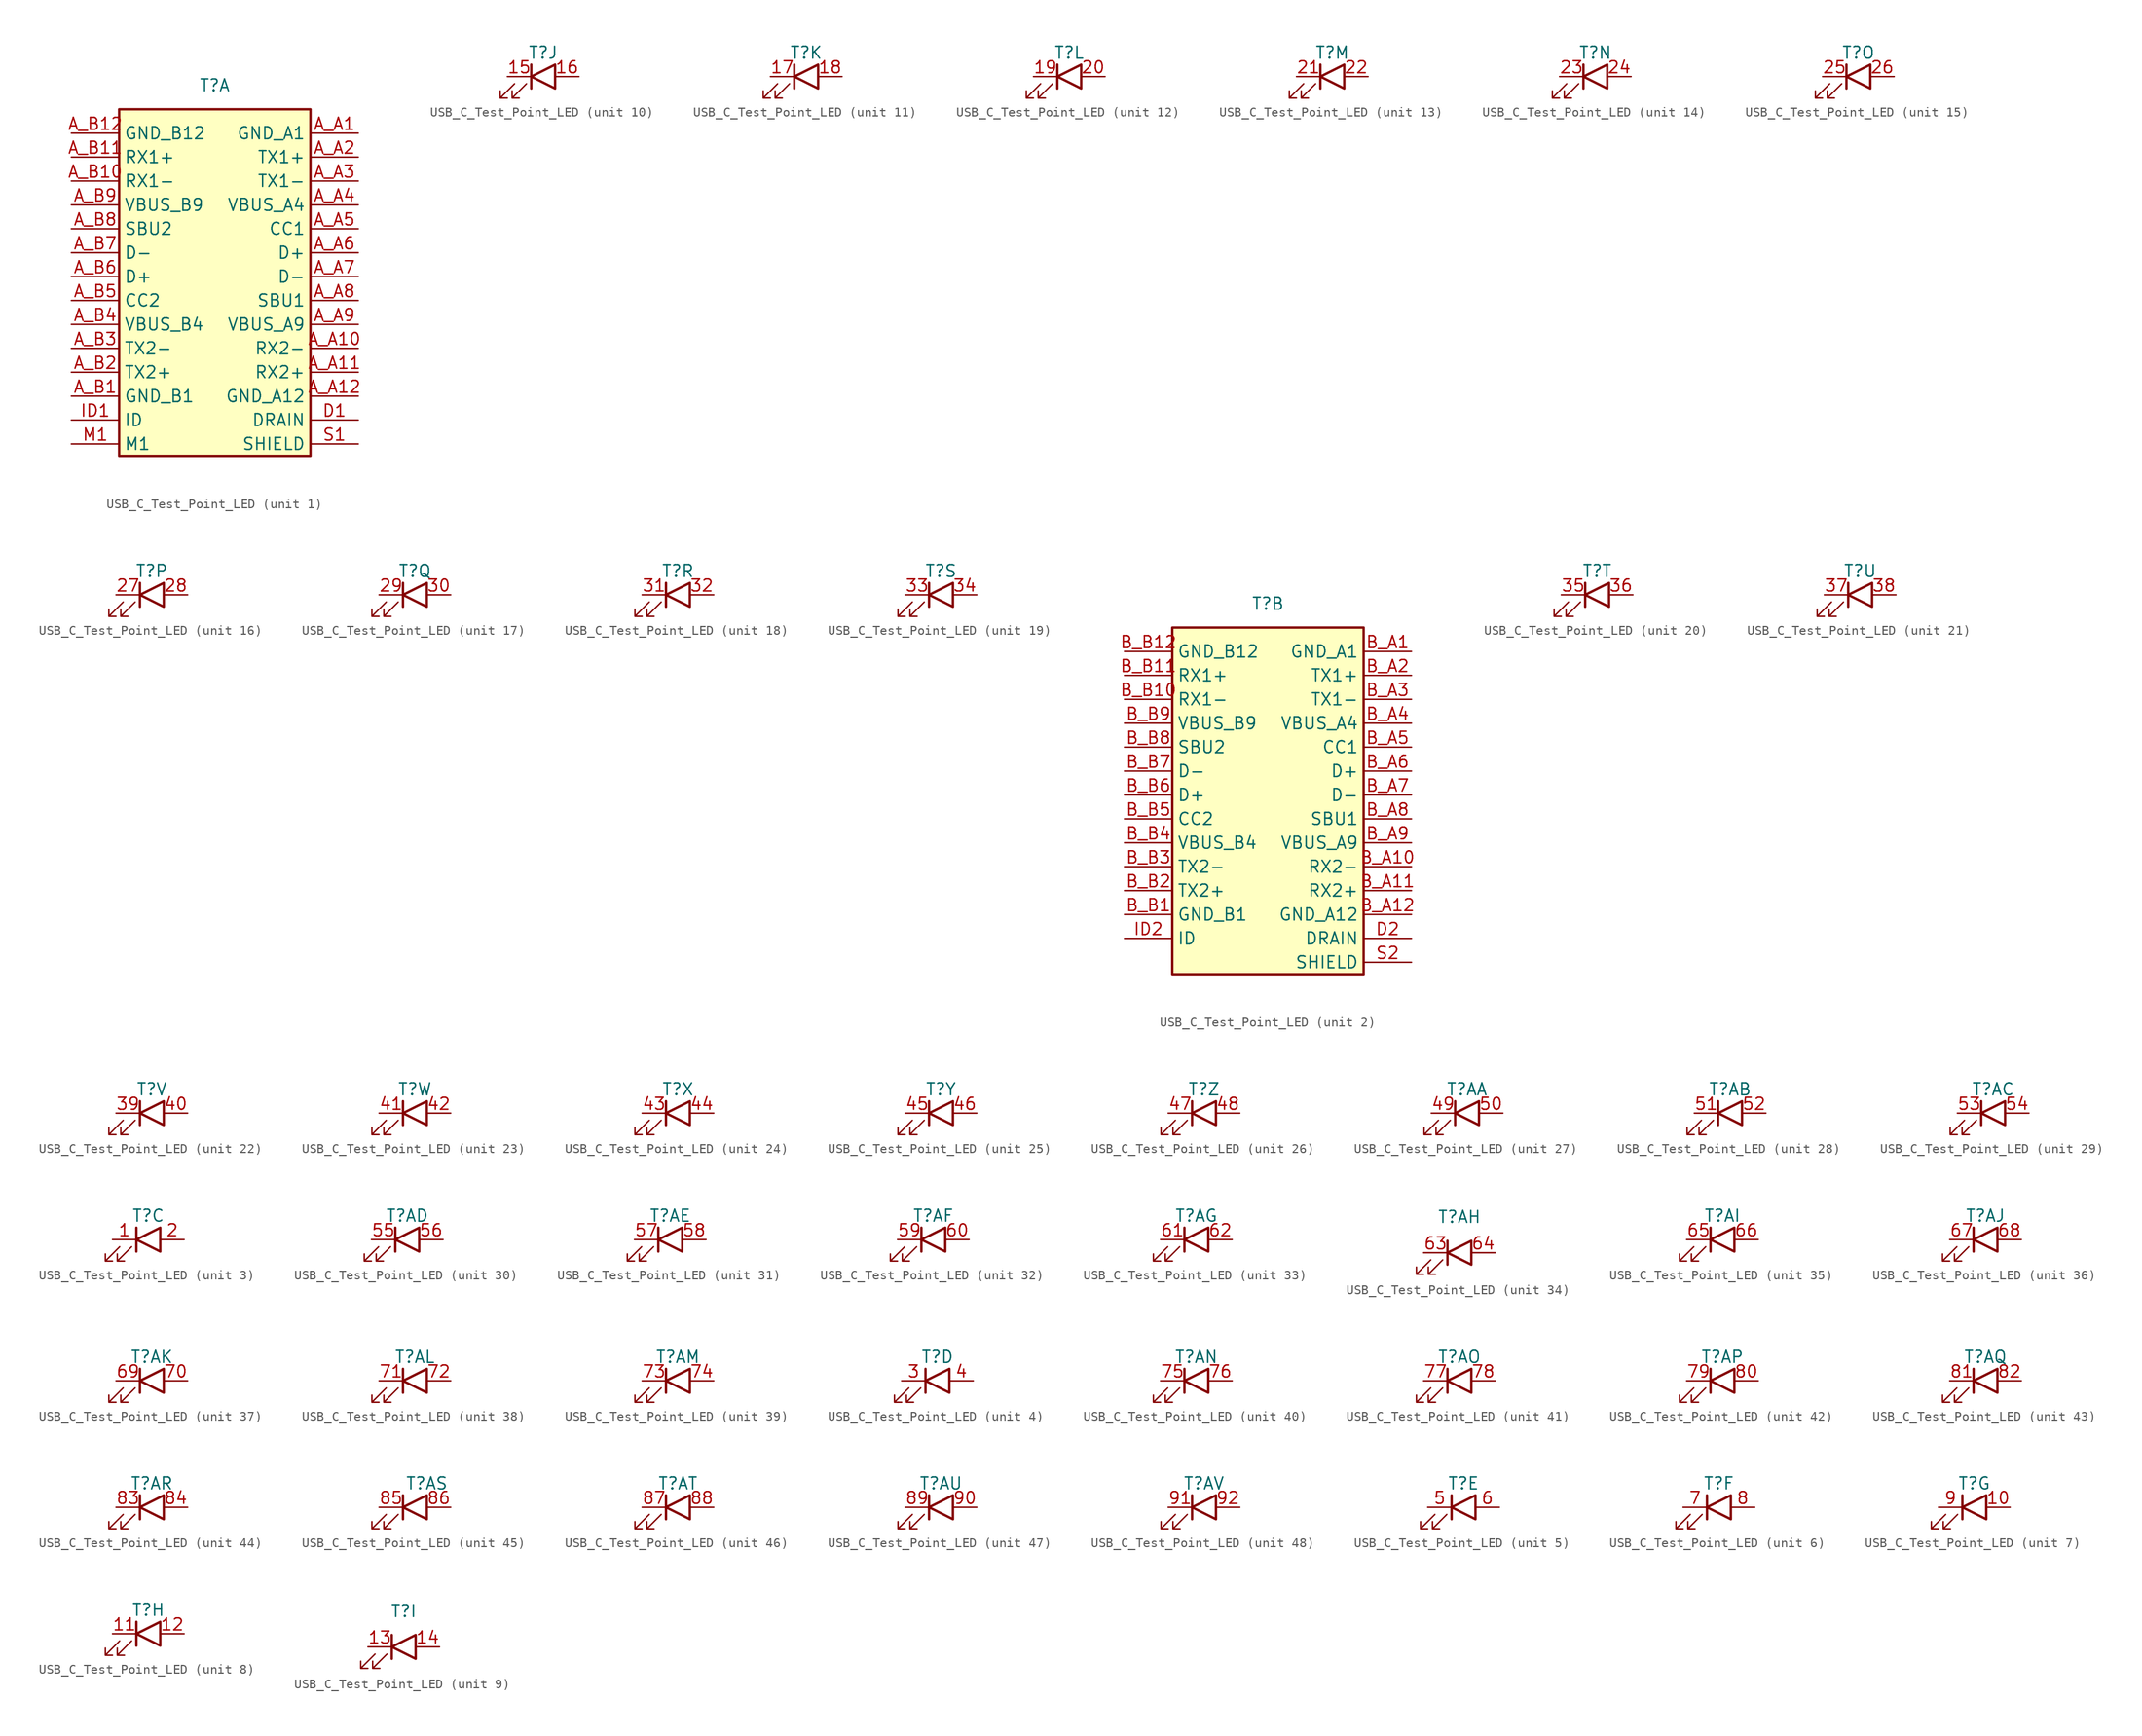
<source format=kicad_sym>
(kicad_symbol_lib
  (version 20220914)
  (generator kicad_symbol_editor)
  (symbol "USB_C_Test_Point_LED"
    (property "Reference" "T"
      (at 0 2.54 0)
      (effects (font (size 1.27 1.27))))
    (property "Value" ""
      (at 0 2.54 0)
      (effects (font (size 1.27 1.27))))
    (property "ki_locked" ""
      (at 0 0 0)
      (effects (font (size 1.27 1.27))))
    (symbol "USB_C_Test_Point_LED_1_1"
      (rectangle (start -10.16 0) (end 10.16 -36.83) (stroke (width 0.254) (type default)) (fill (type background)))
      (pin passive line (at 15.24 -2.54 180) (length 5.08) (name "GND_A1" (effects (font (size 1.27 1.27)))) (number "A_A1" (effects (font (size 1.27 1.27)))))
      (pin passive line (at 15.24 -25.4 180) (length 5.08) (name "RX2-" (effects (font (size 1.27 1.27)))) (number "A_A10" (effects (font (size 1.27 1.27)))))
      (pin passive line (at 15.24 -27.94 180) (length 5.08) (name "RX2+" (effects (font (size 1.27 1.27)))) (number "A_A11" (effects (font (size 1.27 1.27)))))
      (pin passive line (at 15.24 -30.48 180) (length 5.08) (name "GND_A12" (effects (font (size 1.27 1.27)))) (number "A_A12" (effects (font (size 1.27 1.27)))))
      (pin passive line (at 15.24 -5.08 180) (length 5.08) (name "TX1+" (effects (font (size 1.27 1.27)))) (number "A_A2" (effects (font (size 1.27 1.27)))))
      (pin passive line (at 15.24 -7.62 180) (length 5.08) (name "TX1-" (effects (font (size 1.27 1.27)))) (number "A_A3" (effects (font (size 1.27 1.27)))))
      (pin passive line (at 15.24 -10.16 180) (length 5.08) (name "VBUS_A4" (effects (font (size 1.27 1.27)))) (number "A_A4" (effects (font (size 1.27 1.27)))))
      (pin passive line (at 15.24 -12.7 180) (length 5.08) (name "CC1" (effects (font (size 1.27 1.27)))) (number "A_A5" (effects (font (size 1.27 1.27)))))
      (pin passive line (at 15.24 -15.24 180) (length 5.08) (name "D+" (effects (font (size 1.27 1.27)))) (number "A_A6" (effects (font (size 1.27 1.27)))))
      (pin passive line (at 15.24 -17.78 180) (length 5.08) (name "D-" (effects (font (size 1.27 1.27)))) (number "A_A7" (effects (font (size 1.27 1.27)))))
      (pin passive line (at 15.24 -20.32 180) (length 5.08) (name "SBU1" (effects (font (size 1.27 1.27)))) (number "A_A8" (effects (font (size 1.27 1.27)))))
      (pin passive line (at 15.24 -22.86 180) (length 5.08) (name "VBUS_A9" (effects (font (size 1.27 1.27)))) (number "A_A9" (effects (font (size 1.27 1.27)))))
      (pin passive line (at -15.24 -30.48 0) (length 5.08) (name "GND_B1" (effects (font (size 1.27 1.27)))) (number "A_B1" (effects (font (size 1.27 1.27)))))
      (pin passive line (at -15.24 -7.62 0) (length 5.08) (name "RX1-" (effects (font (size 1.27 1.27)))) (number "A_B10" (effects (font (size 1.27 1.27)))))
      (pin passive line (at -15.24 -5.08 0) (length 5.08) (name "RX1+" (effects (font (size 1.27 1.27)))) (number "A_B11" (effects (font (size 1.27 1.27)))))
      (pin passive line (at -15.24 -2.54 0) (length 5.08) (name "GND_B12" (effects (font (size 1.27 1.27)))) (number "A_B12" (effects (font (size 1.27 1.27)))))
      (pin passive line (at -15.24 -27.94 0) (length 5.08) (name "TX2+" (effects (font (size 1.27 1.27)))) (number "A_B2" (effects (font (size 1.27 1.27)))))
      (pin passive line (at -15.24 -25.4 0) (length 5.08) (name "TX2-" (effects (font (size 1.27 1.27)))) (number "A_B3" (effects (font (size 1.27 1.27)))))
      (pin passive line (at -15.24 -22.86 0) (length 5.08) (name "VBUS_B4" (effects (font (size 1.27 1.27)))) (number "A_B4" (effects (font (size 1.27 1.27)))))
      (pin passive line (at -15.24 -20.32 0) (length 5.08) (name "CC2" (effects (font (size 1.27 1.27)))) (number "A_B5" (effects (font (size 1.27 1.27)))))
      (pin passive line (at -15.24 -17.78 0) (length 5.08) (name "D+" (effects (font (size 1.27 1.27)))) (number "A_B6" (effects (font (size 1.27 1.27)))))
      (pin passive line (at -15.24 -15.24 0) (length 5.08) (name "D-" (effects (font (size 1.27 1.27)))) (number "A_B7" (effects (font (size 1.27 1.27)))))
      (pin passive line (at -15.24 -12.7 0) (length 5.08) (name "SBU2" (effects (font (size 1.27 1.27)))) (number "A_B8" (effects (font (size 1.27 1.27)))))
      (pin passive line (at -15.24 -10.16 0) (length 5.08) (name "VBUS_B9" (effects (font (size 1.27 1.27)))) (number "A_B9" (effects (font (size 1.27 1.27)))))
      (pin passive line (at 15.24 -33.02 180) (length 5.08) (name "DRAIN" (effects (font (size 1.27 1.27)))) (number "D1" (effects (font (size 1.27 1.27)))))
      (pin passive line (at -15.24 -33.02 0) (length 5.08) (name "ID" (effects (font (size 1.27 1.27)))) (number "ID1" (effects (font (size 1.27 1.27)))))
      (pin passive line (at -15.24 -35.56 0) (length 5.08) (name "M1" (effects (font (size 1.27 1.27)))) (number "M1" (effects (font (size 1.27 1.27)))))
      (pin passive line (at 15.24 -35.56 180) (length 5.08) (name "SHIELD" (effects (font (size 1.27 1.27)))) (number "S1" (effects (font (size 1.27 1.27))))))
    (symbol "USB_C_Test_Point_LED_2_1"
      (rectangle (start -10.16 0) (end 10.16 -36.83) (stroke (width 0.254) (type default)) (fill (type background)))
      (pin passive line (at 15.24 -2.54 180) (length 5.08) (name "GND_A1" (effects (font (size 1.27 1.27)))) (number "B_A1" (effects (font (size 1.27 1.27)))))
      (pin passive line (at 15.24 -25.4 180) (length 5.08) (name "RX2-" (effects (font (size 1.27 1.27)))) (number "B_A10" (effects (font (size 1.27 1.27)))))
      (pin passive line (at 15.24 -27.94 180) (length 5.08) (name "RX2+" (effects (font (size 1.27 1.27)))) (number "B_A11" (effects (font (size 1.27 1.27)))))
      (pin passive line (at 15.24 -30.48 180) (length 5.08) (name "GND_A12" (effects (font (size 1.27 1.27)))) (number "B_A12" (effects (font (size 1.27 1.27)))))
      (pin passive line (at 15.24 -5.08 180) (length 5.08) (name "TX1+" (effects (font (size 1.27 1.27)))) (number "B_A2" (effects (font (size 1.27 1.27)))))
      (pin passive line (at 15.24 -7.62 180) (length 5.08) (name "TX1-" (effects (font (size 1.27 1.27)))) (number "B_A3" (effects (font (size 1.27 1.27)))))
      (pin passive line (at 15.24 -10.16 180) (length 5.08) (name "VBUS_A4" (effects (font (size 1.27 1.27)))) (number "B_A4" (effects (font (size 1.27 1.27)))))
      (pin passive line (at 15.24 -12.7 180) (length 5.08) (name "CC1" (effects (font (size 1.27 1.27)))) (number "B_A5" (effects (font (size 1.27 1.27)))))
      (pin passive line (at 15.24 -15.24 180) (length 5.08) (name "D+" (effects (font (size 1.27 1.27)))) (number "B_A6" (effects (font (size 1.27 1.27)))))
      (pin passive line (at 15.24 -17.78 180) (length 5.08) (name "D-" (effects (font (size 1.27 1.27)))) (number "B_A7" (effects (font (size 1.27 1.27)))))
      (pin passive line (at 15.24 -20.32 180) (length 5.08) (name "SBU1" (effects (font (size 1.27 1.27)))) (number "B_A8" (effects (font (size 1.27 1.27)))))
      (pin passive line (at 15.24 -22.86 180) (length 5.08) (name "VBUS_A9" (effects (font (size 1.27 1.27)))) (number "B_A9" (effects (font (size 1.27 1.27)))))
      (pin passive line (at -15.24 -30.48 0) (length 5.08) (name "GND_B1" (effects (font (size 1.27 1.27)))) (number "B_B1" (effects (font (size 1.27 1.27)))))
      (pin passive line (at -15.24 -7.62 0) (length 5.08) (name "RX1-" (effects (font (size 1.27 1.27)))) (number "B_B10" (effects (font (size 1.27 1.27)))))
      (pin passive line (at -15.24 -5.08 0) (length 5.08) (name "RX1+" (effects (font (size 1.27 1.27)))) (number "B_B11" (effects (font (size 1.27 1.27)))))
      (pin passive line (at -15.24 -2.54 0) (length 5.08) (name "GND_B12" (effects (font (size 1.27 1.27)))) (number "B_B12" (effects (font (size 1.27 1.27)))))
      (pin passive line (at -15.24 -27.94 0) (length 5.08) (name "TX2+" (effects (font (size 1.27 1.27)))) (number "B_B2" (effects (font (size 1.27 1.27)))))
      (pin passive line (at -15.24 -25.4 0) (length 5.08) (name "TX2-" (effects (font (size 1.27 1.27)))) (number "B_B3" (effects (font (size 1.27 1.27)))))
      (pin passive line (at -15.24 -22.86 0) (length 5.08) (name "VBUS_B4" (effects (font (size 1.27 1.27)))) (number "B_B4" (effects (font (size 1.27 1.27)))))
      (pin passive line (at -15.24 -20.32 0) (length 5.08) (name "CC2" (effects (font (size 1.27 1.27)))) (number "B_B5" (effects (font (size 1.27 1.27)))))
      (pin passive line (at -15.24 -17.78 0) (length 5.08) (name "D+" (effects (font (size 1.27 1.27)))) (number "B_B6" (effects (font (size 1.27 1.27)))))
      (pin passive line (at -15.24 -15.24 0) (length 5.08) (name "D-" (effects (font (size 1.27 1.27)))) (number "B_B7" (effects (font (size 1.27 1.27)))))
      (pin passive line (at -15.24 -12.7 0) (length 5.08) (name "SBU2" (effects (font (size 1.27 1.27)))) (number "B_B8" (effects (font (size 1.27 1.27)))))
      (pin passive line (at -15.24 -10.16 0) (length 5.08) (name "VBUS_B9" (effects (font (size 1.27 1.27)))) (number "B_B9" (effects (font (size 1.27 1.27)))))
      (pin passive line (at 15.24 -33.02 180) (length 5.08) (name "DRAIN" (effects (font (size 1.27 1.27)))) (number "D2" (effects (font (size 1.27 1.27)))))
      (pin passive line (at -15.24 -33.02 0) (length 5.08) (name "ID" (effects (font (size 1.27 1.27)))) (number "ID2" (effects (font (size 1.27 1.27)))))
      (pin passive line (at 15.24 -35.56 180) (length 5.08) (name "SHIELD" (effects (font (size 1.27 1.27)))) (number "S2" (effects (font (size 1.27 1.27))))))
    (symbol "USB_C_Test_Point_LED_3_1"
      (polyline (pts (xy -1.27 -1.27) (xy -1.27 1.27)) (stroke (width 0.254) (type default)) (fill (type none)))
      (polyline (pts (xy 1.27 -1.27) (xy 1.27 1.27) (xy -1.27 0) (xy 1.27 -1.27)) (stroke (width 0.254) (type default)) (fill (type none)))
      (polyline (pts (xy -3.048 -0.762) (xy -4.572 -2.286) (xy -3.81 -2.286) (xy -4.572 -2.286) (xy -4.572 -1.524)) (stroke (width 0) (type default)) (fill (type none)))
      (polyline (pts (xy -1.778 -0.762) (xy -3.302 -2.286) (xy -2.54 -2.286) (xy -3.302 -2.286) (xy -3.302 -1.524)) (stroke (width 0) (type default)) (fill (type none)))
      (pin passive line (at -3.81 0 0) (length 2.54) (name "" (effects (font (size 1.27 1.27)))) (number "1" (effects (font (size 1.27 1.27)))))
      (pin passive line (at 3.81 0 180) (length 2.54) (name "" (effects (font (size 1.27 1.27)))) (number "2" (effects (font (size 1.27 1.27))))))
    (symbol "USB_C_Test_Point_LED_4_1"
      (polyline (pts (xy -1.27 -1.27) (xy -1.27 1.27)) (stroke (width 0.254) (type default)) (fill (type none)))
      (polyline (pts (xy 1.27 -1.27) (xy 1.27 1.27) (xy -1.27 0) (xy 1.27 -1.27)) (stroke (width 0.254) (type default)) (fill (type none)))
      (polyline (pts (xy -3.048 -0.762) (xy -4.572 -2.286) (xy -3.81 -2.286) (xy -4.572 -2.286) (xy -4.572 -1.524)) (stroke (width 0) (type default)) (fill (type none)))
      (polyline (pts (xy -1.778 -0.762) (xy -3.302 -2.286) (xy -2.54 -2.286) (xy -3.302 -2.286) (xy -3.302 -1.524)) (stroke (width 0) (type default)) (fill (type none)))
      (pin passive line (at -3.81 0 0) (length 2.54) (name "" (effects (font (size 1.27 1.27)))) (number "3" (effects (font (size 1.27 1.27)))))
      (pin passive line (at 3.81 0 180) (length 2.54) (name "" (effects (font (size 1.27 1.27)))) (number "4" (effects (font (size 1.27 1.27))))))
    (symbol "USB_C_Test_Point_LED_5_1"
      (polyline (pts (xy -1.27 -1.27) (xy -1.27 1.27)) (stroke (width 0.254) (type default)) (fill (type none)))
      (polyline (pts (xy 1.27 -1.27) (xy 1.27 1.27) (xy -1.27 0) (xy 1.27 -1.27)) (stroke (width 0.254) (type default)) (fill (type none)))
      (polyline (pts (xy -3.048 -0.762) (xy -4.572 -2.286) (xy -3.81 -2.286) (xy -4.572 -2.286) (xy -4.572 -1.524)) (stroke (width 0) (type default)) (fill (type none)))
      (polyline (pts (xy -1.778 -0.762) (xy -3.302 -2.286) (xy -2.54 -2.286) (xy -3.302 -2.286) (xy -3.302 -1.524)) (stroke (width 0) (type default)) (fill (type none)))
      (pin passive line (at -3.81 0 0) (length 2.54) (name "" (effects (font (size 1.27 1.27)))) (number "5" (effects (font (size 1.27 1.27)))))
      (pin passive line (at 3.81 0 180) (length 2.54) (name "" (effects (font (size 1.27 1.27)))) (number "6" (effects (font (size 1.27 1.27))))))
    (symbol "USB_C_Test_Point_LED_6_1"
      (polyline (pts (xy -1.27 -1.27) (xy -1.27 1.27)) (stroke (width 0.254) (type default)) (fill (type none)))
      (polyline (pts (xy 1.27 -1.27) (xy 1.27 1.27) (xy -1.27 0) (xy 1.27 -1.27)) (stroke (width 0.254) (type default)) (fill (type none)))
      (polyline (pts (xy -3.048 -0.762) (xy -4.572 -2.286) (xy -3.81 -2.286) (xy -4.572 -2.286) (xy -4.572 -1.524)) (stroke (width 0) (type default)) (fill (type none)))
      (polyline (pts (xy -1.778 -0.762) (xy -3.302 -2.286) (xy -2.54 -2.286) (xy -3.302 -2.286) (xy -3.302 -1.524)) (stroke (width 0) (type default)) (fill (type none)))
      (pin passive line (at -3.81 0 0) (length 2.54) (name "" (effects (font (size 1.27 1.27)))) (number "7" (effects (font (size 1.27 1.27)))))
      (pin passive line (at 3.81 0 180) (length 2.54) (name "" (effects (font (size 1.27 1.27)))) (number "8" (effects (font (size 1.27 1.27))))))
    (symbol "USB_C_Test_Point_LED_7_1"
      (polyline (pts (xy -1.27 -1.27) (xy -1.27 1.27)) (stroke (width 0.254) (type default)) (fill (type none)))
      (polyline (pts (xy 1.27 -1.27) (xy 1.27 1.27) (xy -1.27 0) (xy 1.27 -1.27)) (stroke (width 0.254) (type default)) (fill (type none)))
      (polyline (pts (xy -3.048 -0.762) (xy -4.572 -2.286) (xy -3.81 -2.286) (xy -4.572 -2.286) (xy -4.572 -1.524)) (stroke (width 0) (type default)) (fill (type none)))
      (polyline (pts (xy -1.778 -0.762) (xy -3.302 -2.286) (xy -2.54 -2.286) (xy -3.302 -2.286) (xy -3.302 -1.524)) (stroke (width 0) (type default)) (fill (type none)))
      (pin passive line (at 3.81 0 180) (length 2.54) (name "" (effects (font (size 1.27 1.27)))) (number "10" (effects (font (size 1.27 1.27)))))
      (pin passive line (at -3.81 0 0) (length 2.54) (name "" (effects (font (size 1.27 1.27)))) (number "9" (effects (font (size 1.27 1.27))))))
    (symbol "USB_C_Test_Point_LED_8_1"
      (polyline (pts (xy -1.27 -1.27) (xy -1.27 1.27)) (stroke (width 0.254) (type default)) (fill (type none)))
      (polyline (pts (xy 1.27 -1.27) (xy 1.27 1.27) (xy -1.27 0) (xy 1.27 -1.27)) (stroke (width 0.254) (type default)) (fill (type none)))
      (polyline (pts (xy -3.048 -0.762) (xy -4.572 -2.286) (xy -3.81 -2.286) (xy -4.572 -2.286) (xy -4.572 -1.524)) (stroke (width 0) (type default)) (fill (type none)))
      (polyline (pts (xy -1.778 -0.762) (xy -3.302 -2.286) (xy -2.54 -2.286) (xy -3.302 -2.286) (xy -3.302 -1.524)) (stroke (width 0) (type default)) (fill (type none)))
      (pin passive line (at -3.81 0 0) (length 2.54) (name "" (effects (font (size 1.27 1.27)))) (number "11" (effects (font (size 1.27 1.27)))))
      (pin passive line (at 3.81 0 180) (length 2.54) (name "" (effects (font (size 1.27 1.27)))) (number "12" (effects (font (size 1.27 1.27))))))
    (symbol "USB_C_Test_Point_LED_9_1"
      (polyline (pts (xy -1.27 -2.54) (xy -1.27 0)) (stroke (width 0.254) (type default)) (fill (type none)))
      (polyline (pts (xy 1.27 -2.54) (xy 1.27 0) (xy -1.27 -1.27) (xy 1.27 -2.54)) (stroke (width 0.254) (type default)) (fill (type none)))
      (polyline (pts (xy -3.048 -2.032) (xy -4.572 -3.556) (xy -3.81 -3.556) (xy -4.572 -3.556) (xy -4.572 -2.794)) (stroke (width 0) (type default)) (fill (type none)))
      (polyline (pts (xy -1.778 -2.032) (xy -3.302 -3.556) (xy -2.54 -3.556) (xy -3.302 -3.556) (xy -3.302 -2.794)) (stroke (width 0) (type default)) (fill (type none)))
      (pin passive line (at -3.81 -1.27 0) (length 2.54) (name "" (effects (font (size 1.27 1.27)))) (number "13" (effects (font (size 1.27 1.27)))))
      (pin passive line (at 3.81 -1.27 180) (length 2.54) (name "" (effects (font (size 1.27 1.27)))) (number "14" (effects (font (size 1.27 1.27))))))
    (symbol "USB_C_Test_Point_LED_10_1"
      (polyline (pts (xy -1.27 -1.27) (xy -1.27 1.27)) (stroke (width 0.254) (type default)) (fill (type none)))
      (polyline (pts (xy 1.27 -1.27) (xy 1.27 1.27) (xy -1.27 0) (xy 1.27 -1.27)) (stroke (width 0.254) (type default)) (fill (type none)))
      (polyline (pts (xy -3.048 -0.762) (xy -4.572 -2.286) (xy -3.81 -2.286) (xy -4.572 -2.286) (xy -4.572 -1.524)) (stroke (width 0) (type default)) (fill (type none)))
      (polyline (pts (xy -1.778 -0.762) (xy -3.302 -2.286) (xy -2.54 -2.286) (xy -3.302 -2.286) (xy -3.302 -1.524)) (stroke (width 0) (type default)) (fill (type none)))
      (pin passive line (at -3.81 0 0) (length 2.54) (name "" (effects (font (size 1.27 1.27)))) (number "15" (effects (font (size 1.27 1.27)))))
      (pin passive line (at 3.81 0 180) (length 2.54) (name "" (effects (font (size 1.27 1.27)))) (number "16" (effects (font (size 1.27 1.27))))))
    (symbol "USB_C_Test_Point_LED_11_1"
      (polyline (pts (xy -1.27 -1.27) (xy -1.27 1.27)) (stroke (width 0.254) (type default)) (fill (type none)))
      (polyline (pts (xy 1.27 -1.27) (xy 1.27 1.27) (xy -1.27 0) (xy 1.27 -1.27)) (stroke (width 0.254) (type default)) (fill (type none)))
      (polyline (pts (xy -3.048 -0.762) (xy -4.572 -2.286) (xy -3.81 -2.286) (xy -4.572 -2.286) (xy -4.572 -1.524)) (stroke (width 0) (type default)) (fill (type none)))
      (polyline (pts (xy -1.778 -0.762) (xy -3.302 -2.286) (xy -2.54 -2.286) (xy -3.302 -2.286) (xy -3.302 -1.524)) (stroke (width 0) (type default)) (fill (type none)))
      (pin passive line (at -3.81 0 0) (length 2.54) (name "" (effects (font (size 1.27 1.27)))) (number "17" (effects (font (size 1.27 1.27)))))
      (pin passive line (at 3.81 0 180) (length 2.54) (name "" (effects (font (size 1.27 1.27)))) (number "18" (effects (font (size 1.27 1.27))))))
    (symbol "USB_C_Test_Point_LED_12_1"
      (polyline (pts (xy -1.27 -1.27) (xy -1.27 1.27)) (stroke (width 0.254) (type default)) (fill (type none)))
      (polyline (pts (xy 1.27 -1.27) (xy 1.27 1.27) (xy -1.27 0) (xy 1.27 -1.27)) (stroke (width 0.254) (type default)) (fill (type none)))
      (polyline (pts (xy -3.048 -0.762) (xy -4.572 -2.286) (xy -3.81 -2.286) (xy -4.572 -2.286) (xy -4.572 -1.524)) (stroke (width 0) (type default)) (fill (type none)))
      (polyline (pts (xy -1.778 -0.762) (xy -3.302 -2.286) (xy -2.54 -2.286) (xy -3.302 -2.286) (xy -3.302 -1.524)) (stroke (width 0) (type default)) (fill (type none)))
      (pin passive line (at -3.81 0 0) (length 2.54) (name "" (effects (font (size 1.27 1.27)))) (number "19" (effects (font (size 1.27 1.27)))))
      (pin passive line (at 3.81 0 180) (length 2.54) (name "" (effects (font (size 1.27 1.27)))) (number "20" (effects (font (size 1.27 1.27))))))
    (symbol "USB_C_Test_Point_LED_13_1"
      (polyline (pts (xy -1.27 -1.27) (xy -1.27 1.27)) (stroke (width 0.254) (type default)) (fill (type none)))
      (polyline (pts (xy 1.27 -1.27) (xy 1.27 1.27) (xy -1.27 0) (xy 1.27 -1.27)) (stroke (width 0.254) (type default)) (fill (type none)))
      (polyline (pts (xy -3.048 -0.762) (xy -4.572 -2.286) (xy -3.81 -2.286) (xy -4.572 -2.286) (xy -4.572 -1.524)) (stroke (width 0) (type default)) (fill (type none)))
      (polyline (pts (xy -1.778 -0.762) (xy -3.302 -2.286) (xy -2.54 -2.286) (xy -3.302 -2.286) (xy -3.302 -1.524)) (stroke (width 0) (type default)) (fill (type none)))
      (pin passive line (at -3.81 0 0) (length 2.54) (name "" (effects (font (size 1.27 1.27)))) (number "21" (effects (font (size 1.27 1.27)))))
      (pin passive line (at 3.81 0 180) (length 2.54) (name "" (effects (font (size 1.27 1.27)))) (number "22" (effects (font (size 1.27 1.27))))))
    (symbol "USB_C_Test_Point_LED_14_1"
      (polyline (pts (xy -1.27 -1.27) (xy -1.27 1.27)) (stroke (width 0.254) (type default)) (fill (type none)))
      (polyline (pts (xy 1.27 -1.27) (xy 1.27 1.27) (xy -1.27 0) (xy 1.27 -1.27)) (stroke (width 0.254) (type default)) (fill (type none)))
      (polyline (pts (xy -3.048 -0.762) (xy -4.572 -2.286) (xy -3.81 -2.286) (xy -4.572 -2.286) (xy -4.572 -1.524)) (stroke (width 0) (type default)) (fill (type none)))
      (polyline (pts (xy -1.778 -0.762) (xy -3.302 -2.286) (xy -2.54 -2.286) (xy -3.302 -2.286) (xy -3.302 -1.524)) (stroke (width 0) (type default)) (fill (type none)))
      (pin passive line (at -3.81 0 0) (length 2.54) (name "" (effects (font (size 1.27 1.27)))) (number "23" (effects (font (size 1.27 1.27)))))
      (pin passive line (at 3.81 0 180) (length 2.54) (name "" (effects (font (size 1.27 1.27)))) (number "24" (effects (font (size 1.27 1.27))))))
    (symbol "USB_C_Test_Point_LED_15_1"
      (polyline (pts (xy -1.27 -1.27) (xy -1.27 1.27)) (stroke (width 0.254) (type default)) (fill (type none)))
      (polyline (pts (xy 1.27 -1.27) (xy 1.27 1.27) (xy -1.27 0) (xy 1.27 -1.27)) (stroke (width 0.254) (type default)) (fill (type none)))
      (polyline (pts (xy -3.048 -0.762) (xy -4.572 -2.286) (xy -3.81 -2.286) (xy -4.572 -2.286) (xy -4.572 -1.524)) (stroke (width 0) (type default)) (fill (type none)))
      (polyline (pts (xy -1.778 -0.762) (xy -3.302 -2.286) (xy -2.54 -2.286) (xy -3.302 -2.286) (xy -3.302 -1.524)) (stroke (width 0) (type default)) (fill (type none)))
      (pin passive line (at -3.81 0 0) (length 2.54) (name "" (effects (font (size 1.27 1.27)))) (number "25" (effects (font (size 1.27 1.27)))))
      (pin passive line (at 3.81 0 180) (length 2.54) (name "" (effects (font (size 1.27 1.27)))) (number "26" (effects (font (size 1.27 1.27))))))
    (symbol "USB_C_Test_Point_LED_16_1"
      (polyline (pts (xy -1.27 -1.27) (xy -1.27 1.27)) (stroke (width 0.254) (type default)) (fill (type none)))
      (polyline (pts (xy 1.27 -1.27) (xy 1.27 1.27) (xy -1.27 0) (xy 1.27 -1.27)) (stroke (width 0.254) (type default)) (fill (type none)))
      (polyline (pts (xy -3.048 -0.762) (xy -4.572 -2.286) (xy -3.81 -2.286) (xy -4.572 -2.286) (xy -4.572 -1.524)) (stroke (width 0) (type default)) (fill (type none)))
      (polyline (pts (xy -1.778 -0.762) (xy -3.302 -2.286) (xy -2.54 -2.286) (xy -3.302 -2.286) (xy -3.302 -1.524)) (stroke (width 0) (type default)) (fill (type none)))
      (pin passive line (at -3.81 0 0) (length 2.54) (name "" (effects (font (size 1.27 1.27)))) (number "27" (effects (font (size 1.27 1.27)))))
      (pin passive line (at 3.81 0 180) (length 2.54) (name "" (effects (font (size 1.27 1.27)))) (number "28" (effects (font (size 1.27 1.27))))))
    (symbol "USB_C_Test_Point_LED_17_1"
      (polyline (pts (xy -1.27 -1.27) (xy -1.27 1.27)) (stroke (width 0.254) (type default)) (fill (type none)))
      (polyline (pts (xy 1.27 -1.27) (xy 1.27 1.27) (xy -1.27 0) (xy 1.27 -1.27)) (stroke (width 0.254) (type default)) (fill (type none)))
      (polyline (pts (xy -3.048 -0.762) (xy -4.572 -2.286) (xy -3.81 -2.286) (xy -4.572 -2.286) (xy -4.572 -1.524)) (stroke (width 0) (type default)) (fill (type none)))
      (polyline (pts (xy -1.778 -0.762) (xy -3.302 -2.286) (xy -2.54 -2.286) (xy -3.302 -2.286) (xy -3.302 -1.524)) (stroke (width 0) (type default)) (fill (type none)))
      (pin passive line (at -3.81 0 0) (length 2.54) (name "" (effects (font (size 1.27 1.27)))) (number "29" (effects (font (size 1.27 1.27)))))
      (pin passive line (at 3.81 0 180) (length 2.54) (name "" (effects (font (size 1.27 1.27)))) (number "30" (effects (font (size 1.27 1.27))))))
    (symbol "USB_C_Test_Point_LED_18_1"
      (polyline (pts (xy -1.27 -1.27) (xy -1.27 1.27)) (stroke (width 0.254) (type default)) (fill (type none)))
      (polyline (pts (xy 1.27 -1.27) (xy 1.27 1.27) (xy -1.27 0) (xy 1.27 -1.27)) (stroke (width 0.254) (type default)) (fill (type none)))
      (polyline (pts (xy -3.048 -0.762) (xy -4.572 -2.286) (xy -3.81 -2.286) (xy -4.572 -2.286) (xy -4.572 -1.524)) (stroke (width 0) (type default)) (fill (type none)))
      (polyline (pts (xy -1.778 -0.762) (xy -3.302 -2.286) (xy -2.54 -2.286) (xy -3.302 -2.286) (xy -3.302 -1.524)) (stroke (width 0) (type default)) (fill (type none)))
      (pin passive line (at -3.81 0 0) (length 2.54) (name "" (effects (font (size 1.27 1.27)))) (number "31" (effects (font (size 1.27 1.27)))))
      (pin passive line (at 3.81 0 180) (length 2.54) (name "" (effects (font (size 1.27 1.27)))) (number "32" (effects (font (size 1.27 1.27))))))
    (symbol "USB_C_Test_Point_LED_19_1"
      (polyline (pts (xy -1.27 -1.27) (xy -1.27 1.27)) (stroke (width 0.254) (type default)) (fill (type none)))
      (polyline (pts (xy 1.27 -1.27) (xy 1.27 1.27) (xy -1.27 0) (xy 1.27 -1.27)) (stroke (width 0.254) (type default)) (fill (type none)))
      (polyline (pts (xy -3.048 -0.762) (xy -4.572 -2.286) (xy -3.81 -2.286) (xy -4.572 -2.286) (xy -4.572 -1.524)) (stroke (width 0) (type default)) (fill (type none)))
      (polyline (pts (xy -1.778 -0.762) (xy -3.302 -2.286) (xy -2.54 -2.286) (xy -3.302 -2.286) (xy -3.302 -1.524)) (stroke (width 0) (type default)) (fill (type none)))
      (pin passive line (at -3.81 0 0) (length 2.54) (name "" (effects (font (size 1.27 1.27)))) (number "33" (effects (font (size 1.27 1.27)))))
      (pin passive line (at 3.81 0 180) (length 2.54) (name "" (effects (font (size 1.27 1.27)))) (number "34" (effects (font (size 1.27 1.27))))))
    (symbol "USB_C_Test_Point_LED_20_1"
      (polyline (pts (xy -1.27 -1.27) (xy -1.27 1.27)) (stroke (width 0.254) (type default)) (fill (type none)))
      (polyline (pts (xy 1.27 -1.27) (xy 1.27 1.27) (xy -1.27 0) (xy 1.27 -1.27)) (stroke (width 0.254) (type default)) (fill (type none)))
      (polyline (pts (xy -3.048 -0.762) (xy -4.572 -2.286) (xy -3.81 -2.286) (xy -4.572 -2.286) (xy -4.572 -1.524)) (stroke (width 0) (type default)) (fill (type none)))
      (polyline (pts (xy -1.778 -0.762) (xy -3.302 -2.286) (xy -2.54 -2.286) (xy -3.302 -2.286) (xy -3.302 -1.524)) (stroke (width 0) (type default)) (fill (type none)))
      (pin passive line (at -3.81 0 0) (length 2.54) (name "" (effects (font (size 1.27 1.27)))) (number "35" (effects (font (size 1.27 1.27)))))
      (pin passive line (at 3.81 0 180) (length 2.54) (name "" (effects (font (size 1.27 1.27)))) (number "36" (effects (font (size 1.27 1.27))))))
    (symbol "USB_C_Test_Point_LED_21_1"
      (polyline (pts (xy -1.27 -1.27) (xy -1.27 1.27)) (stroke (width 0.254) (type default)) (fill (type none)))
      (polyline (pts (xy 1.27 -1.27) (xy 1.27 1.27) (xy -1.27 0) (xy 1.27 -1.27)) (stroke (width 0.254) (type default)) (fill (type none)))
      (polyline (pts (xy -3.048 -0.762) (xy -4.572 -2.286) (xy -3.81 -2.286) (xy -4.572 -2.286) (xy -4.572 -1.524)) (stroke (width 0) (type default)) (fill (type none)))
      (polyline (pts (xy -1.778 -0.762) (xy -3.302 -2.286) (xy -2.54 -2.286) (xy -3.302 -2.286) (xy -3.302 -1.524)) (stroke (width 0) (type default)) (fill (type none)))
      (pin passive line (at -3.81 0 0) (length 2.54) (name "" (effects (font (size 1.27 1.27)))) (number "37" (effects (font (size 1.27 1.27)))))
      (pin passive line (at 3.81 0 180) (length 2.54) (name "" (effects (font (size 1.27 1.27)))) (number "38" (effects (font (size 1.27 1.27))))))
    (symbol "USB_C_Test_Point_LED_22_1"
      (polyline (pts (xy -1.27 -1.27) (xy -1.27 1.27)) (stroke (width 0.254) (type default)) (fill (type none)))
      (polyline (pts (xy 1.27 -1.27) (xy 1.27 1.27) (xy -1.27 0) (xy 1.27 -1.27)) (stroke (width 0.254) (type default)) (fill (type none)))
      (polyline (pts (xy -3.048 -0.762) (xy -4.572 -2.286) (xy -3.81 -2.286) (xy -4.572 -2.286) (xy -4.572 -1.524)) (stroke (width 0) (type default)) (fill (type none)))
      (polyline (pts (xy -1.778 -0.762) (xy -3.302 -2.286) (xy -2.54 -2.286) (xy -3.302 -2.286) (xy -3.302 -1.524)) (stroke (width 0) (type default)) (fill (type none)))
      (pin passive line (at -3.81 0 0) (length 2.54) (name "" (effects (font (size 1.27 1.27)))) (number "39" (effects (font (size 1.27 1.27)))))
      (pin passive line (at 3.81 0 180) (length 2.54) (name "" (effects (font (size 1.27 1.27)))) (number "40" (effects (font (size 1.27 1.27))))))
    (symbol "USB_C_Test_Point_LED_23_1"
      (polyline (pts (xy -1.27 -1.27) (xy -1.27 1.27)) (stroke (width 0.254) (type default)) (fill (type none)))
      (polyline (pts (xy 1.27 -1.27) (xy 1.27 1.27) (xy -1.27 0) (xy 1.27 -1.27)) (stroke (width 0.254) (type default)) (fill (type none)))
      (polyline (pts (xy -3.048 -0.762) (xy -4.572 -2.286) (xy -3.81 -2.286) (xy -4.572 -2.286) (xy -4.572 -1.524)) (stroke (width 0) (type default)) (fill (type none)))
      (polyline (pts (xy -1.778 -0.762) (xy -3.302 -2.286) (xy -2.54 -2.286) (xy -3.302 -2.286) (xy -3.302 -1.524)) (stroke (width 0) (type default)) (fill (type none)))
      (pin passive line (at -3.81 0 0) (length 2.54) (name "" (effects (font (size 1.27 1.27)))) (number "41" (effects (font (size 1.27 1.27)))))
      (pin passive line (at 3.81 0 180) (length 2.54) (name "" (effects (font (size 1.27 1.27)))) (number "42" (effects (font (size 1.27 1.27))))))
    (symbol "USB_C_Test_Point_LED_24_1"
      (polyline (pts (xy -1.27 -1.27) (xy -1.27 1.27)) (stroke (width 0.254) (type default)) (fill (type none)))
      (polyline (pts (xy 1.27 -1.27) (xy 1.27 1.27) (xy -1.27 0) (xy 1.27 -1.27)) (stroke (width 0.254) (type default)) (fill (type none)))
      (polyline (pts (xy -3.048 -0.762) (xy -4.572 -2.286) (xy -3.81 -2.286) (xy -4.572 -2.286) (xy -4.572 -1.524)) (stroke (width 0) (type default)) (fill (type none)))
      (polyline (pts (xy -1.778 -0.762) (xy -3.302 -2.286) (xy -2.54 -2.286) (xy -3.302 -2.286) (xy -3.302 -1.524)) (stroke (width 0) (type default)) (fill (type none)))
      (pin passive line (at -3.81 0 0) (length 2.54) (name "" (effects (font (size 1.27 1.27)))) (number "43" (effects (font (size 1.27 1.27)))))
      (pin passive line (at 3.81 0 180) (length 2.54) (name "" (effects (font (size 1.27 1.27)))) (number "44" (effects (font (size 1.27 1.27))))))
    (symbol "USB_C_Test_Point_LED_25_1"
      (polyline (pts (xy -1.27 -1.27) (xy -1.27 1.27)) (stroke (width 0.254) (type default)) (fill (type none)))
      (polyline (pts (xy 1.27 -1.27) (xy 1.27 1.27) (xy -1.27 0) (xy 1.27 -1.27)) (stroke (width 0.254) (type default)) (fill (type none)))
      (polyline (pts (xy -3.048 -0.762) (xy -4.572 -2.286) (xy -3.81 -2.286) (xy -4.572 -2.286) (xy -4.572 -1.524)) (stroke (width 0) (type default)) (fill (type none)))
      (polyline (pts (xy -1.778 -0.762) (xy -3.302 -2.286) (xy -2.54 -2.286) (xy -3.302 -2.286) (xy -3.302 -1.524)) (stroke (width 0) (type default)) (fill (type none)))
      (pin passive line (at -3.81 0 0) (length 2.54) (name "" (effects (font (size 1.27 1.27)))) (number "45" (effects (font (size 1.27 1.27)))))
      (pin passive line (at 3.81 0 180) (length 2.54) (name "" (effects (font (size 1.27 1.27)))) (number "46" (effects (font (size 1.27 1.27))))))
    (symbol "USB_C_Test_Point_LED_26_1"
      (polyline (pts (xy -1.27 -1.27) (xy -1.27 1.27)) (stroke (width 0.254) (type default)) (fill (type none)))
      (polyline (pts (xy 1.27 -1.27) (xy 1.27 1.27) (xy -1.27 0) (xy 1.27 -1.27)) (stroke (width 0.254) (type default)) (fill (type none)))
      (polyline (pts (xy -3.048 -0.762) (xy -4.572 -2.286) (xy -3.81 -2.286) (xy -4.572 -2.286) (xy -4.572 -1.524)) (stroke (width 0) (type default)) (fill (type none)))
      (polyline (pts (xy -1.778 -0.762) (xy -3.302 -2.286) (xy -2.54 -2.286) (xy -3.302 -2.286) (xy -3.302 -1.524)) (stroke (width 0) (type default)) (fill (type none)))
      (pin passive line (at -3.81 0 0) (length 2.54) (name "" (effects (font (size 1.27 1.27)))) (number "47" (effects (font (size 1.27 1.27)))))
      (pin passive line (at 3.81 0 180) (length 2.54) (name "" (effects (font (size 1.27 1.27)))) (number "48" (effects (font (size 1.27 1.27))))))
    (symbol "USB_C_Test_Point_LED_27_1"
      (polyline (pts (xy -1.27 -1.27) (xy -1.27 1.27)) (stroke (width 0.254) (type default)) (fill (type none)))
      (polyline (pts (xy 1.27 -1.27) (xy 1.27 1.27) (xy -1.27 0) (xy 1.27 -1.27)) (stroke (width 0.254) (type default)) (fill (type none)))
      (polyline (pts (xy -3.048 -0.762) (xy -4.572 -2.286) (xy -3.81 -2.286) (xy -4.572 -2.286) (xy -4.572 -1.524)) (stroke (width 0) (type default)) (fill (type none)))
      (polyline (pts (xy -1.778 -0.762) (xy -3.302 -2.286) (xy -2.54 -2.286) (xy -3.302 -2.286) (xy -3.302 -1.524)) (stroke (width 0) (type default)) (fill (type none)))
      (pin passive line (at -3.81 0 0) (length 2.54) (name "" (effects (font (size 1.27 1.27)))) (number "49" (effects (font (size 1.27 1.27)))))
      (pin passive line (at 3.81 0 180) (length 2.54) (name "" (effects (font (size 1.27 1.27)))) (number "50" (effects (font (size 1.27 1.27))))))
    (symbol "USB_C_Test_Point_LED_28_1"
      (polyline (pts (xy -1.27 -1.27) (xy -1.27 1.27)) (stroke (width 0.254) (type default)) (fill (type none)))
      (polyline (pts (xy 1.27 -1.27) (xy 1.27 1.27) (xy -1.27 0) (xy 1.27 -1.27)) (stroke (width 0.254) (type default)) (fill (type none)))
      (polyline (pts (xy -3.048 -0.762) (xy -4.572 -2.286) (xy -3.81 -2.286) (xy -4.572 -2.286) (xy -4.572 -1.524)) (stroke (width 0) (type default)) (fill (type none)))
      (polyline (pts (xy -1.778 -0.762) (xy -3.302 -2.286) (xy -2.54 -2.286) (xy -3.302 -2.286) (xy -3.302 -1.524)) (stroke (width 0) (type default)) (fill (type none)))
      (pin passive line (at -3.81 0 0) (length 2.54) (name "" (effects (font (size 1.27 1.27)))) (number "51" (effects (font (size 1.27 1.27)))))
      (pin passive line (at 3.81 0 180) (length 2.54) (name "" (effects (font (size 1.27 1.27)))) (number "52" (effects (font (size 1.27 1.27))))))
    (symbol "USB_C_Test_Point_LED_29_1"
      (polyline (pts (xy -1.27 -1.27) (xy -1.27 1.27)) (stroke (width 0.254) (type default)) (fill (type none)))
      (polyline (pts (xy 1.27 -1.27) (xy 1.27 1.27) (xy -1.27 0) (xy 1.27 -1.27)) (stroke (width 0.254) (type default)) (fill (type none)))
      (polyline (pts (xy -3.048 -0.762) (xy -4.572 -2.286) (xy -3.81 -2.286) (xy -4.572 -2.286) (xy -4.572 -1.524)) (stroke (width 0) (type default)) (fill (type none)))
      (polyline (pts (xy -1.778 -0.762) (xy -3.302 -2.286) (xy -2.54 -2.286) (xy -3.302 -2.286) (xy -3.302 -1.524)) (stroke (width 0) (type default)) (fill (type none)))
      (pin passive line (at -3.81 0 0) (length 2.54) (name "" (effects (font (size 1.27 1.27)))) (number "53" (effects (font (size 1.27 1.27)))))
      (pin passive line (at 3.81 0 180) (length 2.54) (name "" (effects (font (size 1.27 1.27)))) (number "54" (effects (font (size 1.27 1.27))))))
    (symbol "USB_C_Test_Point_LED_30_1"
      (polyline (pts (xy -1.27 -1.27) (xy -1.27 1.27)) (stroke (width 0.254) (type default)) (fill (type none)))
      (polyline (pts (xy 1.27 -1.27) (xy 1.27 1.27) (xy -1.27 0) (xy 1.27 -1.27)) (stroke (width 0.254) (type default)) (fill (type none)))
      (polyline (pts (xy -3.048 -0.762) (xy -4.572 -2.286) (xy -3.81 -2.286) (xy -4.572 -2.286) (xy -4.572 -1.524)) (stroke (width 0) (type default)) (fill (type none)))
      (polyline (pts (xy -1.778 -0.762) (xy -3.302 -2.286) (xy -2.54 -2.286) (xy -3.302 -2.286) (xy -3.302 -1.524)) (stroke (width 0) (type default)) (fill (type none)))
      (pin passive line (at -3.81 0 0) (length 2.54) (name "" (effects (font (size 1.27 1.27)))) (number "55" (effects (font (size 1.27 1.27)))))
      (pin passive line (at 3.81 0 180) (length 2.54) (name "" (effects (font (size 1.27 1.27)))) (number "56" (effects (font (size 1.27 1.27))))))
    (symbol "USB_C_Test_Point_LED_31_1"
      (polyline (pts (xy -1.27 -1.27) (xy -1.27 1.27)) (stroke (width 0.254) (type default)) (fill (type none)))
      (polyline (pts (xy 1.27 -1.27) (xy 1.27 1.27) (xy -1.27 0) (xy 1.27 -1.27)) (stroke (width 0.254) (type default)) (fill (type none)))
      (polyline (pts (xy -3.048 -0.762) (xy -4.572 -2.286) (xy -3.81 -2.286) (xy -4.572 -2.286) (xy -4.572 -1.524)) (stroke (width 0) (type default)) (fill (type none)))
      (polyline (pts (xy -1.778 -0.762) (xy -3.302 -2.286) (xy -2.54 -2.286) (xy -3.302 -2.286) (xy -3.302 -1.524)) (stroke (width 0) (type default)) (fill (type none)))
      (pin passive line (at -3.81 0 0) (length 2.54) (name "" (effects (font (size 1.27 1.27)))) (number "57" (effects (font (size 1.27 1.27)))))
      (pin passive line (at 3.81 0 180) (length 2.54) (name "" (effects (font (size 1.27 1.27)))) (number "58" (effects (font (size 1.27 1.27))))))
    (symbol "USB_C_Test_Point_LED_32_1"
      (polyline (pts (xy -1.27 -1.27) (xy -1.27 1.27)) (stroke (width 0.254) (type default)) (fill (type none)))
      (polyline (pts (xy 1.27 -1.27) (xy 1.27 1.27) (xy -1.27 0) (xy 1.27 -1.27)) (stroke (width 0.254) (type default)) (fill (type none)))
      (polyline (pts (xy -3.048 -0.762) (xy -4.572 -2.286) (xy -3.81 -2.286) (xy -4.572 -2.286) (xy -4.572 -1.524)) (stroke (width 0) (type default)) (fill (type none)))
      (polyline (pts (xy -1.778 -0.762) (xy -3.302 -2.286) (xy -2.54 -2.286) (xy -3.302 -2.286) (xy -3.302 -1.524)) (stroke (width 0) (type default)) (fill (type none)))
      (pin passive line (at -3.81 0 0) (length 2.54) (name "" (effects (font (size 1.27 1.27)))) (number "59" (effects (font (size 1.27 1.27)))))
      (pin passive line (at 3.81 0 180) (length 2.54) (name "" (effects (font (size 1.27 1.27)))) (number "60" (effects (font (size 1.27 1.27))))))
    (symbol "USB_C_Test_Point_LED_33_1"
      (polyline (pts (xy -1.27 -1.27) (xy -1.27 1.27)) (stroke (width 0.254) (type default)) (fill (type none)))
      (polyline (pts (xy 1.27 -1.27) (xy 1.27 1.27) (xy -1.27 0) (xy 1.27 -1.27)) (stroke (width 0.254) (type default)) (fill (type none)))
      (polyline (pts (xy -3.048 -0.762) (xy -4.572 -2.286) (xy -3.81 -2.286) (xy -4.572 -2.286) (xy -4.572 -1.524)) (stroke (width 0) (type default)) (fill (type none)))
      (polyline (pts (xy -1.778 -0.762) (xy -3.302 -2.286) (xy -2.54 -2.286) (xy -3.302 -2.286) (xy -3.302 -1.524)) (stroke (width 0) (type default)) (fill (type none)))
      (pin passive line (at -3.81 0 0) (length 2.54) (name "" (effects (font (size 1.27 1.27)))) (number "61" (effects (font (size 1.27 1.27)))))
      (pin passive line (at 3.81 0 180) (length 2.54) (name "" (effects (font (size 1.27 1.27)))) (number "62" (effects (font (size 1.27 1.27))))))
    (symbol "USB_C_Test_Point_LED_34_1"
      (polyline (pts (xy -1.27 -2.54) (xy -1.27 0)) (stroke (width 0.254) (type default)) (fill (type none)))
      (polyline (pts (xy 1.27 -2.54) (xy 1.27 0) (xy -1.27 -1.27) (xy 1.27 -2.54)) (stroke (width 0.254) (type default)) (fill (type none)))
      (polyline (pts (xy -3.048 -2.032) (xy -4.572 -3.556) (xy -3.81 -3.556) (xy -4.572 -3.556) (xy -4.572 -2.794)) (stroke (width 0) (type default)) (fill (type none)))
      (polyline (pts (xy -1.778 -2.032) (xy -3.302 -3.556) (xy -2.54 -3.556) (xy -3.302 -3.556) (xy -3.302 -2.794)) (stroke (width 0) (type default)) (fill (type none)))
      (pin passive line (at -3.81 -1.27 0) (length 2.54) (name "" (effects (font (size 1.27 1.27)))) (number "63" (effects (font (size 1.27 1.27)))))
      (pin passive line (at 3.81 -1.27 180) (length 2.54) (name "" (effects (font (size 1.27 1.27)))) (number "64" (effects (font (size 1.27 1.27))))))
    (symbol "USB_C_Test_Point_LED_35_1"
      (polyline (pts (xy -1.27 -1.27) (xy -1.27 1.27)) (stroke (width 0.254) (type default)) (fill (type none)))
      (polyline (pts (xy 1.27 -1.27) (xy 1.27 1.27) (xy -1.27 0) (xy 1.27 -1.27)) (stroke (width 0.254) (type default)) (fill (type none)))
      (polyline (pts (xy -3.048 -0.762) (xy -4.572 -2.286) (xy -3.81 -2.286) (xy -4.572 -2.286) (xy -4.572 -1.524)) (stroke (width 0) (type default)) (fill (type none)))
      (polyline (pts (xy -1.778 -0.762) (xy -3.302 -2.286) (xy -2.54 -2.286) (xy -3.302 -2.286) (xy -3.302 -1.524)) (stroke (width 0) (type default)) (fill (type none)))
      (pin passive line (at -3.81 0 0) (length 2.54) (name "" (effects (font (size 1.27 1.27)))) (number "65" (effects (font (size 1.27 1.27)))))
      (pin passive line (at 3.81 0 180) (length 2.54) (name "" (effects (font (size 1.27 1.27)))) (number "66" (effects (font (size 1.27 1.27))))))
    (symbol "USB_C_Test_Point_LED_36_1"
      (polyline (pts (xy -1.27 -1.27) (xy -1.27 1.27)) (stroke (width 0.254) (type default)) (fill (type none)))
      (polyline (pts (xy 1.27 -1.27) (xy 1.27 1.27) (xy -1.27 0) (xy 1.27 -1.27)) (stroke (width 0.254) (type default)) (fill (type none)))
      (polyline (pts (xy -3.048 -0.762) (xy -4.572 -2.286) (xy -3.81 -2.286) (xy -4.572 -2.286) (xy -4.572 -1.524)) (stroke (width 0) (type default)) (fill (type none)))
      (polyline (pts (xy -1.778 -0.762) (xy -3.302 -2.286) (xy -2.54 -2.286) (xy -3.302 -2.286) (xy -3.302 -1.524)) (stroke (width 0) (type default)) (fill (type none)))
      (pin passive line (at -3.81 0 0) (length 2.54) (name "" (effects (font (size 1.27 1.27)))) (number "67" (effects (font (size 1.27 1.27)))))
      (pin passive line (at 3.81 0 180) (length 2.54) (name "" (effects (font (size 1.27 1.27)))) (number "68" (effects (font (size 1.27 1.27))))))
    (symbol "USB_C_Test_Point_LED_37_1"
      (polyline (pts (xy -1.27 -1.27) (xy -1.27 1.27)) (stroke (width 0.254) (type default)) (fill (type none)))
      (polyline (pts (xy 1.27 -1.27) (xy 1.27 1.27) (xy -1.27 0) (xy 1.27 -1.27)) (stroke (width 0.254) (type default)) (fill (type none)))
      (polyline (pts (xy -3.048 -0.762) (xy -4.572 -2.286) (xy -3.81 -2.286) (xy -4.572 -2.286) (xy -4.572 -1.524)) (stroke (width 0) (type default)) (fill (type none)))
      (polyline (pts (xy -1.778 -0.762) (xy -3.302 -2.286) (xy -2.54 -2.286) (xy -3.302 -2.286) (xy -3.302 -1.524)) (stroke (width 0) (type default)) (fill (type none)))
      (pin passive line (at -3.81 0 0) (length 2.54) (name "" (effects (font (size 1.27 1.27)))) (number "69" (effects (font (size 1.27 1.27)))))
      (pin passive line (at 3.81 0 180) (length 2.54) (name "" (effects (font (size 1.27 1.27)))) (number "70" (effects (font (size 1.27 1.27))))))
    (symbol "USB_C_Test_Point_LED_38_1"
      (polyline (pts (xy -1.27 -1.27) (xy -1.27 1.27)) (stroke (width 0.254) (type default)) (fill (type none)))
      (polyline (pts (xy 1.27 -1.27) (xy 1.27 1.27) (xy -1.27 0) (xy 1.27 -1.27)) (stroke (width 0.254) (type default)) (fill (type none)))
      (polyline (pts (xy -3.048 -0.762) (xy -4.572 -2.286) (xy -3.81 -2.286) (xy -4.572 -2.286) (xy -4.572 -1.524)) (stroke (width 0) (type default)) (fill (type none)))
      (polyline (pts (xy -1.778 -0.762) (xy -3.302 -2.286) (xy -2.54 -2.286) (xy -3.302 -2.286) (xy -3.302 -1.524)) (stroke (width 0) (type default)) (fill (type none)))
      (pin passive line (at -3.81 0 0) (length 2.54) (name "" (effects (font (size 1.27 1.27)))) (number "71" (effects (font (size 1.27 1.27)))))
      (pin passive line (at 3.81 0 180) (length 2.54) (name "" (effects (font (size 1.27 1.27)))) (number "72" (effects (font (size 1.27 1.27))))))
    (symbol "USB_C_Test_Point_LED_39_1"
      (polyline (pts (xy -1.27 -1.27) (xy -1.27 1.27)) (stroke (width 0.254) (type default)) (fill (type none)))
      (polyline (pts (xy 1.27 -1.27) (xy 1.27 1.27) (xy -1.27 0) (xy 1.27 -1.27)) (stroke (width 0.254) (type default)) (fill (type none)))
      (polyline (pts (xy -3.048 -0.762) (xy -4.572 -2.286) (xy -3.81 -2.286) (xy -4.572 -2.286) (xy -4.572 -1.524)) (stroke (width 0) (type default)) (fill (type none)))
      (polyline (pts (xy -1.778 -0.762) (xy -3.302 -2.286) (xy -2.54 -2.286) (xy -3.302 -2.286) (xy -3.302 -1.524)) (stroke (width 0) (type default)) (fill (type none)))
      (pin passive line (at -3.81 0 0) (length 2.54) (name "" (effects (font (size 1.27 1.27)))) (number "73" (effects (font (size 1.27 1.27)))))
      (pin passive line (at 3.81 0 180) (length 2.54) (name "" (effects (font (size 1.27 1.27)))) (number "74" (effects (font (size 1.27 1.27))))))
    (symbol "USB_C_Test_Point_LED_40_1"
      (polyline (pts (xy -1.27 -1.27) (xy -1.27 1.27)) (stroke (width 0.254) (type default)) (fill (type none)))
      (polyline (pts (xy 1.27 -1.27) (xy 1.27 1.27) (xy -1.27 0) (xy 1.27 -1.27)) (stroke (width 0.254) (type default)) (fill (type none)))
      (polyline (pts (xy -3.048 -0.762) (xy -4.572 -2.286) (xy -3.81 -2.286) (xy -4.572 -2.286) (xy -4.572 -1.524)) (stroke (width 0) (type default)) (fill (type none)))
      (polyline (pts (xy -1.778 -0.762) (xy -3.302 -2.286) (xy -2.54 -2.286) (xy -3.302 -2.286) (xy -3.302 -1.524)) (stroke (width 0) (type default)) (fill (type none)))
      (pin passive line (at -3.81 0 0) (length 2.54) (name "" (effects (font (size 1.27 1.27)))) (number "75" (effects (font (size 1.27 1.27)))))
      (pin passive line (at 3.81 0 180) (length 2.54) (name "" (effects (font (size 1.27 1.27)))) (number "76" (effects (font (size 1.27 1.27))))))
    (symbol "USB_C_Test_Point_LED_41_1"
      (polyline (pts (xy -1.27 -1.27) (xy -1.27 1.27)) (stroke (width 0.254) (type default)) (fill (type none)))
      (polyline (pts (xy 1.27 -1.27) (xy 1.27 1.27) (xy -1.27 0) (xy 1.27 -1.27)) (stroke (width 0.254) (type default)) (fill (type none)))
      (polyline (pts (xy -3.048 -0.762) (xy -4.572 -2.286) (xy -3.81 -2.286) (xy -4.572 -2.286) (xy -4.572 -1.524)) (stroke (width 0) (type default)) (fill (type none)))
      (polyline (pts (xy -1.778 -0.762) (xy -3.302 -2.286) (xy -2.54 -2.286) (xy -3.302 -2.286) (xy -3.302 -1.524)) (stroke (width 0) (type default)) (fill (type none)))
      (pin passive line (at -3.81 0 0) (length 2.54) (name "" (effects (font (size 1.27 1.27)))) (number "77" (effects (font (size 1.27 1.27)))))
      (pin passive line (at 3.81 0 180) (length 2.54) (name "" (effects (font (size 1.27 1.27)))) (number "78" (effects (font (size 1.27 1.27))))))
    (symbol "USB_C_Test_Point_LED_42_1"
      (polyline (pts (xy -1.27 -1.27) (xy -1.27 1.27)) (stroke (width 0.254) (type default)) (fill (type none)))
      (polyline (pts (xy 1.27 -1.27) (xy 1.27 1.27) (xy -1.27 0) (xy 1.27 -1.27)) (stroke (width 0.254) (type default)) (fill (type none)))
      (polyline (pts (xy -3.048 -0.762) (xy -4.572 -2.286) (xy -3.81 -2.286) (xy -4.572 -2.286) (xy -4.572 -1.524)) (stroke (width 0) (type default)) (fill (type none)))
      (polyline (pts (xy -1.778 -0.762) (xy -3.302 -2.286) (xy -2.54 -2.286) (xy -3.302 -2.286) (xy -3.302 -1.524)) (stroke (width 0) (type default)) (fill (type none)))
      (pin passive line (at -3.81 0 0) (length 2.54) (name "" (effects (font (size 1.27 1.27)))) (number "79" (effects (font (size 1.27 1.27)))))
      (pin passive line (at 3.81 0 180) (length 2.54) (name "" (effects (font (size 1.27 1.27)))) (number "80" (effects (font (size 1.27 1.27))))))
    (symbol "USB_C_Test_Point_LED_43_1"
      (polyline (pts (xy -1.27 -1.27) (xy -1.27 1.27)) (stroke (width 0.254) (type default)) (fill (type none)))
      (polyline (pts (xy 1.27 -1.27) (xy 1.27 1.27) (xy -1.27 0) (xy 1.27 -1.27)) (stroke (width 0.254) (type default)) (fill (type none)))
      (polyline (pts (xy -3.048 -0.762) (xy -4.572 -2.286) (xy -3.81 -2.286) (xy -4.572 -2.286) (xy -4.572 -1.524)) (stroke (width 0) (type default)) (fill (type none)))
      (polyline (pts (xy -1.778 -0.762) (xy -3.302 -2.286) (xy -2.54 -2.286) (xy -3.302 -2.286) (xy -3.302 -1.524)) (stroke (width 0) (type default)) (fill (type none)))
      (pin passive line (at -3.81 0 0) (length 2.54) (name "" (effects (font (size 1.27 1.27)))) (number "81" (effects (font (size 1.27 1.27)))))
      (pin passive line (at 3.81 0 180) (length 2.54) (name "" (effects (font (size 1.27 1.27)))) (number "82" (effects (font (size 1.27 1.27))))))
    (symbol "USB_C_Test_Point_LED_44_1"
      (polyline (pts (xy -1.27 -1.27) (xy -1.27 1.27)) (stroke (width 0.254) (type default)) (fill (type none)))
      (polyline (pts (xy 1.27 -1.27) (xy 1.27 1.27) (xy -1.27 0) (xy 1.27 -1.27)) (stroke (width 0.254) (type default)) (fill (type none)))
      (polyline (pts (xy -3.048 -0.762) (xy -4.572 -2.286) (xy -3.81 -2.286) (xy -4.572 -2.286) (xy -4.572 -1.524)) (stroke (width 0) (type default)) (fill (type none)))
      (polyline (pts (xy -1.778 -0.762) (xy -3.302 -2.286) (xy -2.54 -2.286) (xy -3.302 -2.286) (xy -3.302 -1.524)) (stroke (width 0) (type default)) (fill (type none)))
      (pin passive line (at -3.81 0 0) (length 2.54) (name "" (effects (font (size 1.27 1.27)))) (number "83" (effects (font (size 1.27 1.27)))))
      (pin passive line (at 3.81 0 180) (length 2.54) (name "" (effects (font (size 1.27 1.27)))) (number "84" (effects (font (size 1.27 1.27))))))
    (symbol "USB_C_Test_Point_LED_45_1"
      (polyline (pts (xy -2.54 -1.27) (xy -2.54 1.27)) (stroke (width 0.254) (type default)) (fill (type none)))
      (polyline (pts (xy 0 -1.27) (xy 0 1.27) (xy -2.54 0) (xy 0 -1.27)) (stroke (width 0.254) (type default)) (fill (type none)))
      (polyline (pts (xy -4.318 -0.762) (xy -5.842 -2.286) (xy -5.08 -2.286) (xy -5.842 -2.286) (xy -5.842 -1.524)) (stroke (width 0) (type default)) (fill (type none)))
      (polyline (pts (xy -3.048 -0.762) (xy -4.572 -2.286) (xy -3.81 -2.286) (xy -4.572 -2.286) (xy -4.572 -1.524)) (stroke (width 0) (type default)) (fill (type none)))
      (pin passive line (at -5.08 0 0) (length 2.54) (name "" (effects (font (size 1.27 1.27)))) (number "85" (effects (font (size 1.27 1.27)))))
      (pin passive line (at 2.54 0 180) (length 2.54) (name "" (effects (font (size 1.27 1.27)))) (number "86" (effects (font (size 1.27 1.27))))))
    (symbol "USB_C_Test_Point_LED_46_1"
      (polyline (pts (xy -1.27 -1.27) (xy -1.27 1.27)) (stroke (width 0.254) (type default)) (fill (type none)))
      (polyline (pts (xy 1.27 -1.27) (xy 1.27 1.27) (xy -1.27 0) (xy 1.27 -1.27)) (stroke (width 0.254) (type default)) (fill (type none)))
      (polyline (pts (xy -3.048 -0.762) (xy -4.572 -2.286) (xy -3.81 -2.286) (xy -4.572 -2.286) (xy -4.572 -1.524)) (stroke (width 0) (type default)) (fill (type none)))
      (polyline (pts (xy -1.778 -0.762) (xy -3.302 -2.286) (xy -2.54 -2.286) (xy -3.302 -2.286) (xy -3.302 -1.524)) (stroke (width 0) (type default)) (fill (type none)))
      (pin passive line (at -3.81 0 0) (length 2.54) (name "" (effects (font (size 1.27 1.27)))) (number "87" (effects (font (size 1.27 1.27)))))
      (pin passive line (at 3.81 0 180) (length 2.54) (name "" (effects (font (size 1.27 1.27)))) (number "88" (effects (font (size 1.27 1.27))))))
    (symbol "USB_C_Test_Point_LED_47_1"
      (polyline (pts (xy -1.27 -1.27) (xy -1.27 1.27)) (stroke (width 0.254) (type default)) (fill (type none)))
      (polyline (pts (xy 1.27 -1.27) (xy 1.27 1.27) (xy -1.27 0) (xy 1.27 -1.27)) (stroke (width 0.254) (type default)) (fill (type none)))
      (polyline (pts (xy -3.048 -0.762) (xy -4.572 -2.286) (xy -3.81 -2.286) (xy -4.572 -2.286) (xy -4.572 -1.524)) (stroke (width 0) (type default)) (fill (type none)))
      (polyline (pts (xy -1.778 -0.762) (xy -3.302 -2.286) (xy -2.54 -2.286) (xy -3.302 -2.286) (xy -3.302 -1.524)) (stroke (width 0) (type default)) (fill (type none)))
      (pin passive line (at -3.81 0 0) (length 2.54) (name "" (effects (font (size 1.27 1.27)))) (number "89" (effects (font (size 1.27 1.27)))))
      (pin passive line (at 3.81 0 180) (length 2.54) (name "" (effects (font (size 1.27 1.27)))) (number "90" (effects (font (size 1.27 1.27))))))
    (symbol "USB_C_Test_Point_LED_48_1"
      (polyline (pts (xy -1.27 -1.27) (xy -1.27 1.27)) (stroke (width 0.254) (type default)) (fill (type none)))
      (polyline (pts (xy 1.27 -1.27) (xy 1.27 1.27) (xy -1.27 0) (xy 1.27 -1.27)) (stroke (width 0.254) (type default)) (fill (type none)))
      (polyline (pts (xy -3.048 -0.762) (xy -4.572 -2.286) (xy -3.81 -2.286) (xy -4.572 -2.286) (xy -4.572 -1.524)) (stroke (width 0) (type default)) (fill (type none)))
      (polyline (pts (xy -1.778 -0.762) (xy -3.302 -2.286) (xy -2.54 -2.286) (xy -3.302 -2.286) (xy -3.302 -1.524)) (stroke (width 0) (type default)) (fill (type none)))
      (pin passive line (at -3.81 0 0) (length 2.54) (name "" (effects (font (size 1.27 1.27)))) (number "91" (effects (font (size 1.27 1.27)))))
      (pin passive line (at 3.81 0 180) (length 2.54) (name "" (effects (font (size 1.27 1.27)))) (number "92" (effects (font (size 1.27 1.27))))))))
</source>
